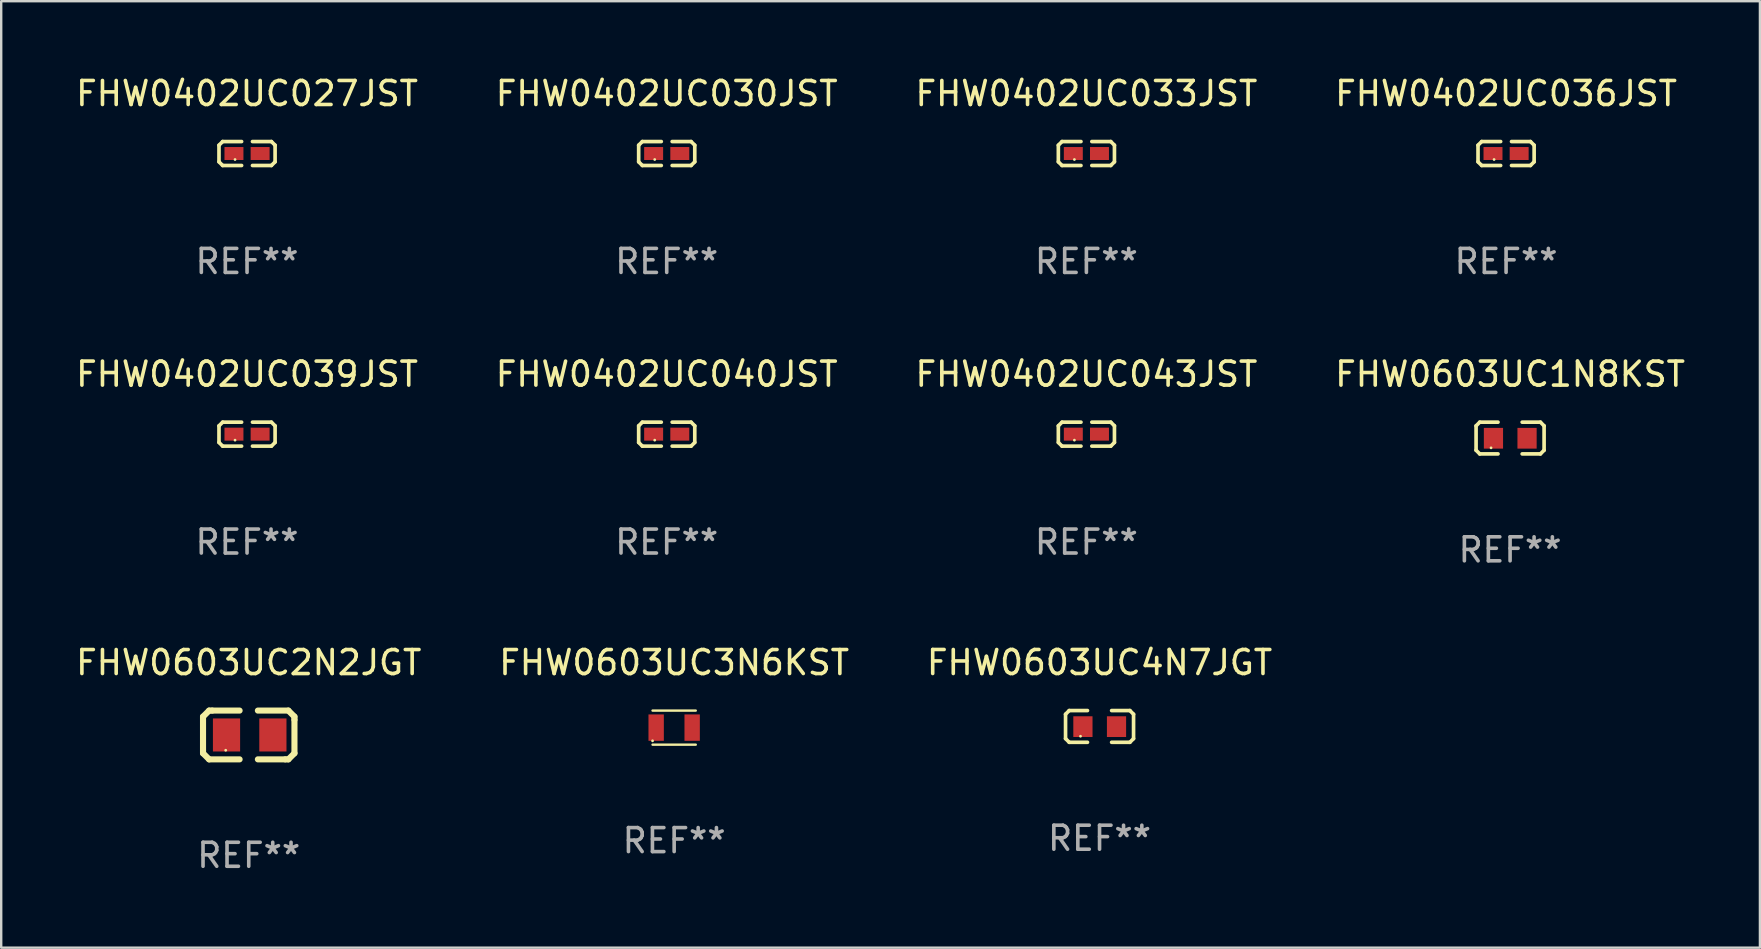
<source format=kicad_pcb>
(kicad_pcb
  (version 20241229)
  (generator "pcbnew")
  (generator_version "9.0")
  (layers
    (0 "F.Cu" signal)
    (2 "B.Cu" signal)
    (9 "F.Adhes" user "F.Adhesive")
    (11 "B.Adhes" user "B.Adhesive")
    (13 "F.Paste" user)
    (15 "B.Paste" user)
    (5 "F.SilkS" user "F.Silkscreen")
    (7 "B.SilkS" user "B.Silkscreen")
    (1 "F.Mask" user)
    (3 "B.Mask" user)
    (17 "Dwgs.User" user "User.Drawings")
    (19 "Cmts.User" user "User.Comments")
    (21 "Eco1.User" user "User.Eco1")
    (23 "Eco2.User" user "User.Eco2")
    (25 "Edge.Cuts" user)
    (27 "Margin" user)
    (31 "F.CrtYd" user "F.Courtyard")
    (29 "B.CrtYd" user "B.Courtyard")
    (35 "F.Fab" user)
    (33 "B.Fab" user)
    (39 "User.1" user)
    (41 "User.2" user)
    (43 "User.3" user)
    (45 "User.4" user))
  (footprint "FHW0402UC040JST"
    (layer "F.Cu")
    (at 24.732 15.041)
    (property "Reference" "FHW0402UC040JST" (at 0 -2.499 0) (layer "F.SilkS") (effects (font (size 1 1) (thickness 0.15))))
    (attr through_hole)
    (fp_line (start -1.169 -0.346) (end -1.016 -0.499) (stroke (width 0.152) (type solid)) (layer "F.SilkS"))
    (fp_line (start -1.169 0.346) (end -1.169 -0.346) (stroke (width 0.152) (type solid)) (layer "F.SilkS"))
    (fp_line (start -1.016 -0.499) (end -0.226 -0.499) (stroke (width 0.152) (type solid)) (layer "F.SilkS"))
    (fp_line (start -1.016 0.499) (end -1.169 0.346) (stroke (width 0.152) (type solid)) (layer "F.SilkS"))
    (fp_line (start -0.226 0.499) (end -1.016 0.499) (stroke (width 0.152) (type solid)) (layer "F.SilkS"))
    (fp_line (start 0.226 0.499) (end 1.016 0.499) (stroke (width 0.152) (type solid)) (layer "F.SilkS"))
    (fp_line (start 1.016 -0.499) (end 0.226 -0.499) (stroke (width 0.152) (type solid)) (layer "F.SilkS"))
    (fp_line (start 1.016 0.499) (end 1.169 0.346) (stroke (width 0.152) (type solid)) (layer "F.SilkS"))
    (fp_line (start 1.169 -0.346) (end 1.016 -0.499) (stroke (width 0.152) (type solid)) (layer "F.SilkS"))
    (fp_line (start 1.169 0.346) (end 1.169 -0.346) (stroke (width 0.152) (type solid)) (layer "F.SilkS"))
    (fp_circle (center -0.5 0.25) (end -0.47 0.25) (stroke (width 0.06) (type solid)) (fill no) (layer "F.SilkS"))
    (fp_text user "REF**" (at 0 4.499 0) (layer "F.Fab") (effects (font (size 1 1) (thickness 0.15))))
    (pad "1" smd rect (at -0.545 0) (size 0.79 0.54) (layers "F.Cu" "F.Mask" "F.Paste"))
    (pad "2" smd rect (at 0.545 0) (size 0.79 0.54) (layers "F.Cu" "F.Mask" "F.Paste")))
  (footprint "FHW0603UC2N2JGT"
    (layer "F.Cu")
    (at 7.315 27.576)
    (property "Reference" "FHW0603UC2N2JGT" (at 0 -3.016 0) (layer "F.SilkS") (effects (font (size 1 1) (thickness 0.15))))
    (attr through_hole)
    (fp_line (start -1.905 -0.762) (end -1.905 0.635) (stroke (width 0.254) (type solid)) (layer "F.SilkS"))
    (fp_line (start -1.905 0.635) (end -1.905 0.762) (stroke (width 0.254) (type solid)) (layer "F.SilkS"))
    (fp_line (start -1.905 0.762) (end -1.651 1.016) (stroke (width 0.254) (type solid)) (layer "F.SilkS"))
    (fp_line (start -1.651 -1.016) (end -1.905 -0.762) (stroke (width 0.254) (type solid)) (layer "F.SilkS"))
    (fp_line (start -1.651 1.016) (end -0.381 1.016) (stroke (width 0.254) (type solid)) (layer "F.SilkS"))
    (fp_line (start -1.524 -1.016) (end -1.651 -1.016) (stroke (width 0.254) (type solid)) (layer "F.SilkS"))
    (fp_line (start -0.381 -1.016) (end -1.524 -1.016) (stroke (width 0.254) (type solid)) (layer "F.SilkS"))
    (fp_line (start 0.381 1.016) (end 1.524 1.016) (stroke (width 0.254) (type solid)) (layer "F.SilkS"))
    (fp_line (start 1.524 1.016) (end 1.651 1.016) (stroke (width 0.254) (type solid)) (layer "F.SilkS"))
    (fp_line (start 1.651 -1.016) (end 0.381 -1.016) (stroke (width 0.254) (type solid)) (layer "F.SilkS"))
    (fp_line (start 1.651 1.016) (end 1.905 0.762) (stroke (width 0.254) (type solid)) (layer "F.SilkS"))
    (fp_line (start 1.905 -0.762) (end 1.651 -1.016) (stroke (width 0.254) (type solid)) (layer "F.SilkS"))
    (fp_line (start 1.905 -0.635) (end 1.905 -0.762) (stroke (width 0.254) (type solid)) (layer "F.SilkS"))
    (fp_line (start 1.905 0.762) (end 1.905 -0.635) (stroke (width 0.254) (type solid)) (layer "F.SilkS"))
    (fp_circle (center -0.96 0.637) (end -0.93 0.637) (stroke (width 0.06) (type solid)) (fill no) (layer "F.SilkS"))
    (fp_text user "REF**" (at 0 5.016 0) (layer "F.Fab") (effects (font (size 1 1) (thickness 0.15))))
    (pad "1" smd rect (at -0.926 -0.000051) (size 1.133 1.377) (layers "F.Cu" "F.Mask" "F.Paste"))
    (pad "2" smd rect (at 1.006 -0.000051) (size 1.133 1.377) (layers "F.Cu" "F.Mask" "F.Paste")))
  (footprint "FHW0603UC3N6KST"
    (layer "F.Cu")
    (at 25.042 27.27)
    (property "Reference" "FHW0603UC3N6KST" (at 0 -2.71 0) (layer "F.SilkS") (effects (font (size 1 1) (thickness 0.15))))
    (attr through_hole)
    (fp_line (start -0.9 -0.71) (end 0.9 -0.71) (stroke (width 0.1) (type solid)) (layer "F.SilkS"))
    (fp_line (start 0.9 0.71) (end -0.9 0.71) (stroke (width 0.1) (type solid)) (layer "F.SilkS"))
    (fp_circle (center -0.9 0.55) (end -0.87 0.55) (stroke (width 0.06) (type solid)) (fill no) (layer "F.SilkS"))
    (fp_text user "REF**" (at 0 4.71 0) (layer "F.Fab") (effects (font (size 1 1) (thickness 0.15))))
    (pad "1" smd rect (at -0.75 0) (size 0.64 1.1) (layers "F.Cu" "F.Mask" "F.Paste"))
    (pad "2" smd rect (at 0.75 0) (size 0.64 1.1) (layers "F.Cu" "F.Mask" "F.Paste")))
  (footprint "FHW0402UC030JST"
    (layer "F.Cu")
    (at 24.732 3.347)
    (property "Reference" "FHW0402UC030JST" (at 0 -2.499 0) (layer "F.SilkS") (effects (font (size 1 1) (thickness 0.15))))
    (attr through_hole)
    (fp_line (start -1.169 -0.346) (end -1.016 -0.499) (stroke (width 0.152) (type solid)) (layer "F.SilkS"))
    (fp_line (start -1.169 0.346) (end -1.169 -0.346) (stroke (width 0.152) (type solid)) (layer "F.SilkS"))
    (fp_line (start -1.016 -0.499) (end -0.226 -0.499) (stroke (width 0.152) (type solid)) (layer "F.SilkS"))
    (fp_line (start -1.016 0.499) (end -1.169 0.346) (stroke (width 0.152) (type solid)) (layer "F.SilkS"))
    (fp_line (start -0.226 0.499) (end -1.016 0.499) (stroke (width 0.152) (type solid)) (layer "F.SilkS"))
    (fp_line (start 0.226 0.499) (end 1.016 0.499) (stroke (width 0.152) (type solid)) (layer "F.SilkS"))
    (fp_line (start 1.016 -0.499) (end 0.226 -0.499) (stroke (width 0.152) (type solid)) (layer "F.SilkS"))
    (fp_line (start 1.016 0.499) (end 1.169 0.346) (stroke (width 0.152) (type solid)) (layer "F.SilkS"))
    (fp_line (start 1.169 -0.346) (end 1.016 -0.499) (stroke (width 0.152) (type solid)) (layer "F.SilkS"))
    (fp_line (start 1.169 0.346) (end 1.169 -0.346) (stroke (width 0.152) (type solid)) (layer "F.SilkS"))
    (fp_circle (center -0.5 0.25) (end -0.47 0.25) (stroke (width 0.06) (type solid)) (fill no) (layer "F.SilkS"))
    (fp_text user "REF**" (at 0 4.499 0) (layer "F.Fab") (effects (font (size 1 1) (thickness 0.15))))
    (pad "1" smd rect (at -0.545 0) (size 0.79 0.54) (layers "F.Cu" "F.Mask" "F.Paste"))
    (pad "2" smd rect (at 0.545 0) (size 0.79 0.54) (layers "F.Cu" "F.Mask" "F.Paste")))
  (footprint "FHW0603UC4N7JGT"
    (layer "F.Cu")
    (at 42.768 27.22)
    (property "Reference" "FHW0603UC4N7JGT" (at 0 -2.661 0) (layer "F.SilkS") (effects (font (size 1 1) (thickness 0.15))))
    (attr through_hole)
    (fp_line (start -1.417 -0.508) (end -1.265 -0.661) (stroke (width 0.152) (type solid)) (layer "F.SilkS"))
    (fp_line (start -1.417 0.508) (end -1.417 -0.508) (stroke (width 0.152) (type solid)) (layer "F.SilkS"))
    (fp_line (start -1.265 -0.661) (end -0.503 -0.661) (stroke (width 0.152) (type solid)) (layer "F.SilkS"))
    (fp_line (start -1.265 0.661) (end -1.417 0.508) (stroke (width 0.152) (type solid)) (layer "F.SilkS"))
    (fp_line (start -1.265 0.661) (end -0.503 0.661) (stroke (width 0.152) (type solid)) (layer "F.SilkS"))
    (fp_line (start 1.265 -0.661) (end 0.503 -0.661) (stroke (width 0.152) (type solid)) (layer "F.SilkS"))
    (fp_line (start 1.265 -0.661) (end 1.417 -0.508) (stroke (width 0.152) (type solid)) (layer "F.SilkS"))
    (fp_line (start 1.265 0.661) (end 0.503 0.661) (stroke (width 0.152) (type solid)) (layer "F.SilkS"))
    (fp_line (start 1.417 -0.508) (end 1.417 0.508) (stroke (width 0.152) (type solid)) (layer "F.SilkS"))
    (fp_line (start 1.417 0.508) (end 1.265 0.661) (stroke (width 0.152) (type solid)) (layer "F.SilkS"))
    (fp_circle (center -0.793 0.409) (end -0.763 0.409) (stroke (width 0.06) (type solid)) (fill no) (layer "F.SilkS"))
    (fp_text user "REF**" (at 0 4.661 0) (layer "F.Fab") (effects (font (size 1 1) (thickness 0.15))))
    (pad "1" smd rect (at -0.693 0.009 180) (size 0.8 0.864) (layers "F.Cu" "F.Mask" "F.Paste"))
    (pad "2" smd rect (at 0.707 0.009 180) (size 0.8 0.864) (layers "F.Cu" "F.Mask" "F.Paste")))
  (footprint "FHW0402UC043JST"
    (layer "F.Cu")
    (at 42.22 15.041)
    (property "Reference" "FHW0402UC043JST" (at 0 -2.499 0) (layer "F.SilkS") (effects (font (size 1 1) (thickness 0.15))))
    (attr through_hole)
    (fp_line (start -1.169 -0.346) (end -1.016 -0.499) (stroke (width 0.152) (type solid)) (layer "F.SilkS"))
    (fp_line (start -1.169 0.346) (end -1.169 -0.346) (stroke (width 0.152) (type solid)) (layer "F.SilkS"))
    (fp_line (start -1.016 -0.499) (end -0.226 -0.499) (stroke (width 0.152) (type solid)) (layer "F.SilkS"))
    (fp_line (start -1.016 0.499) (end -1.169 0.346) (stroke (width 0.152) (type solid)) (layer "F.SilkS"))
    (fp_line (start -0.226 0.499) (end -1.016 0.499) (stroke (width 0.152) (type solid)) (layer "F.SilkS"))
    (fp_line (start 0.226 0.499) (end 1.016 0.499) (stroke (width 0.152) (type solid)) (layer "F.SilkS"))
    (fp_line (start 1.016 -0.499) (end 0.226 -0.499) (stroke (width 0.152) (type solid)) (layer "F.SilkS"))
    (fp_line (start 1.016 0.499) (end 1.169 0.346) (stroke (width 0.152) (type solid)) (layer "F.SilkS"))
    (fp_line (start 1.169 -0.346) (end 1.016 -0.499) (stroke (width 0.152) (type solid)) (layer "F.SilkS"))
    (fp_line (start 1.169 0.346) (end 1.169 -0.346) (stroke (width 0.152) (type solid)) (layer "F.SilkS"))
    (fp_circle (center -0.5 0.25) (end -0.47 0.25) (stroke (width 0.06) (type solid)) (fill no) (layer "F.SilkS"))
    (fp_text user "REF**" (at 0 4.499 0) (layer "F.Fab") (effects (font (size 1 1) (thickness 0.15))))
    (pad "1" smd rect (at -0.545 0) (size 0.79 0.54) (layers "F.Cu" "F.Mask" "F.Paste"))
    (pad "2" smd rect (at 0.545 0) (size 0.79 0.54) (layers "F.Cu" "F.Mask" "F.Paste")))
  (footprint "FHW0603UC1N8KST"
    (layer "F.Cu")
    (at 59.875 15.203)
    (property "Reference" "FHW0603UC1N8KST" (at 0 -2.661 0) (layer "F.SilkS") (effects (font (size 1 1) (thickness 0.15))))
    (attr through_hole)
    (fp_line (start -1.417 -0.508) (end -1.265 -0.661) (stroke (width 0.152) (type solid)) (layer "F.SilkS"))
    (fp_line (start -1.417 0.508) (end -1.417 -0.508) (stroke (width 0.152) (type solid)) (layer "F.SilkS"))
    (fp_line (start -1.265 -0.661) (end -0.503 -0.661) (stroke (width 0.152) (type solid)) (layer "F.SilkS"))
    (fp_line (start -1.265 0.661) (end -1.417 0.508) (stroke (width 0.152) (type solid)) (layer "F.SilkS"))
    (fp_line (start -1.265 0.661) (end -0.503 0.661) (stroke (width 0.152) (type solid)) (layer "F.SilkS"))
    (fp_line (start 1.265 -0.661) (end 0.503 -0.661) (stroke (width 0.152) (type solid)) (layer "F.SilkS"))
    (fp_line (start 1.265 -0.661) (end 1.417 -0.508) (stroke (width 0.152) (type solid)) (layer "F.SilkS"))
    (fp_line (start 1.265 0.661) (end 0.503 0.661) (stroke (width 0.152) (type solid)) (layer "F.SilkS"))
    (fp_line (start 1.417 -0.508) (end 1.417 0.508) (stroke (width 0.152) (type solid)) (layer "F.SilkS"))
    (fp_line (start 1.417 0.508) (end 1.265 0.661) (stroke (width 0.152) (type solid)) (layer "F.SilkS"))
    (fp_circle (center -0.793 0.409) (end -0.763 0.409) (stroke (width 0.06) (type solid)) (fill no) (layer "F.SilkS"))
    (fp_text user "REF**" (at 0 4.661 0) (layer "F.Fab") (effects (font (size 1 1) (thickness 0.15))))
    (pad "1" smd rect (at -0.693 0.009 180) (size 0.8 0.864) (layers "F.Cu" "F.Mask" "F.Paste"))
    (pad "2" smd rect (at 0.707 0.009 180) (size 0.8 0.864) (layers "F.Cu" "F.Mask" "F.Paste")))
  (footprint "FHW0402UC039JST"
    (layer "F.Cu")
    (at 7.244 15.041)
    (property "Reference" "FHW0402UC039JST" (at 0 -2.499 0) (layer "F.SilkS") (effects (font (size 1 1) (thickness 0.15))))
    (attr through_hole)
    (fp_line (start -1.169 -0.346) (end -1.016 -0.499) (stroke (width 0.152) (type solid)) (layer "F.SilkS"))
    (fp_line (start -1.169 0.346) (end -1.169 -0.346) (stroke (width 0.152) (type solid)) (layer "F.SilkS"))
    (fp_line (start -1.016 -0.499) (end -0.226 -0.499) (stroke (width 0.152) (type solid)) (layer "F.SilkS"))
    (fp_line (start -1.016 0.499) (end -1.169 0.346) (stroke (width 0.152) (type solid)) (layer "F.SilkS"))
    (fp_line (start -0.226 0.499) (end -1.016 0.499) (stroke (width 0.152) (type solid)) (layer "F.SilkS"))
    (fp_line (start 0.226 0.499) (end 1.016 0.499) (stroke (width 0.152) (type solid)) (layer "F.SilkS"))
    (fp_line (start 1.016 -0.499) (end 0.226 -0.499) (stroke (width 0.152) (type solid)) (layer "F.SilkS"))
    (fp_line (start 1.016 0.499) (end 1.169 0.346) (stroke (width 0.152) (type solid)) (layer "F.SilkS"))
    (fp_line (start 1.169 -0.346) (end 1.016 -0.499) (stroke (width 0.152) (type solid)) (layer "F.SilkS"))
    (fp_line (start 1.169 0.346) (end 1.169 -0.346) (stroke (width 0.152) (type solid)) (layer "F.SilkS"))
    (fp_circle (center -0.5 0.25) (end -0.47 0.25) (stroke (width 0.06) (type solid)) (fill no) (layer "F.SilkS"))
    (fp_text user "REF**" (at 0 4.499 0) (layer "F.Fab") (effects (font (size 1 1) (thickness 0.15))))
    (pad "1" smd rect (at -0.545 0) (size 0.79 0.54) (layers "F.Cu" "F.Mask" "F.Paste"))
    (pad "2" smd rect (at 0.545 0) (size 0.79 0.54) (layers "F.Cu" "F.Mask" "F.Paste")))
  (footprint "FHW0402UC027JST"
    (layer "F.Cu")
    (at 7.244 3.347)
    (property "Reference" "FHW0402UC027JST" (at 0 -2.499 0) (layer "F.SilkS") (effects (font (size 1 1) (thickness 0.15))))
    (attr through_hole)
    (fp_line (start -1.169 -0.346) (end -1.016 -0.499) (stroke (width 0.152) (type solid)) (layer "F.SilkS"))
    (fp_line (start -1.169 0.346) (end -1.169 -0.346) (stroke (width 0.152) (type solid)) (layer "F.SilkS"))
    (fp_line (start -1.016 -0.499) (end -0.226 -0.499) (stroke (width 0.152) (type solid)) (layer "F.SilkS"))
    (fp_line (start -1.016 0.499) (end -1.169 0.346) (stroke (width 0.152) (type solid)) (layer "F.SilkS"))
    (fp_line (start -0.226 0.499) (end -1.016 0.499) (stroke (width 0.152) (type solid)) (layer "F.SilkS"))
    (fp_line (start 0.226 0.499) (end 1.016 0.499) (stroke (width 0.152) (type solid)) (layer "F.SilkS"))
    (fp_line (start 1.016 -0.499) (end 0.226 -0.499) (stroke (width 0.152) (type solid)) (layer "F.SilkS"))
    (fp_line (start 1.016 0.499) (end 1.169 0.346) (stroke (width 0.152) (type solid)) (layer "F.SilkS"))
    (fp_line (start 1.169 -0.346) (end 1.016 -0.499) (stroke (width 0.152) (type solid)) (layer "F.SilkS"))
    (fp_line (start 1.169 0.346) (end 1.169 -0.346) (stroke (width 0.152) (type solid)) (layer "F.SilkS"))
    (fp_circle (center -0.5 0.25) (end -0.47 0.25) (stroke (width 0.06) (type solid)) (fill no) (layer "F.SilkS"))
    (fp_text user "REF**" (at 0 4.499 0) (layer "F.Fab") (effects (font (size 1 1) (thickness 0.15))))
    (pad "1" smd rect (at -0.545 0) (size 0.79 0.54) (layers "F.Cu" "F.Mask" "F.Paste"))
    (pad "2" smd rect (at 0.545 0) (size 0.79 0.54) (layers "F.Cu" "F.Mask" "F.Paste")))
  (footprint "FHW0402UC033JST"
    (layer "F.Cu")
    (at 42.22 3.347)
    (property "Reference" "FHW0402UC033JST" (at 0 -2.499 0) (layer "F.SilkS") (effects (font (size 1 1) (thickness 0.15))))
    (attr through_hole)
    (fp_line (start -1.169 -0.346) (end -1.016 -0.499) (stroke (width 0.152) (type solid)) (layer "F.SilkS"))
    (fp_line (start -1.169 0.346) (end -1.169 -0.346) (stroke (width 0.152) (type solid)) (layer "F.SilkS"))
    (fp_line (start -1.016 -0.499) (end -0.226 -0.499) (stroke (width 0.152) (type solid)) (layer "F.SilkS"))
    (fp_line (start -1.016 0.499) (end -1.169 0.346) (stroke (width 0.152) (type solid)) (layer "F.SilkS"))
    (fp_line (start -0.226 0.499) (end -1.016 0.499) (stroke (width 0.152) (type solid)) (layer "F.SilkS"))
    (fp_line (start 0.226 0.499) (end 1.016 0.499) (stroke (width 0.152) (type solid)) (layer "F.SilkS"))
    (fp_line (start 1.016 -0.499) (end 0.226 -0.499) (stroke (width 0.152) (type solid)) (layer "F.SilkS"))
    (fp_line (start 1.016 0.499) (end 1.169 0.346) (stroke (width 0.152) (type solid)) (layer "F.SilkS"))
    (fp_line (start 1.169 -0.346) (end 1.016 -0.499) (stroke (width 0.152) (type solid)) (layer "F.SilkS"))
    (fp_line (start 1.169 0.346) (end 1.169 -0.346) (stroke (width 0.152) (type solid)) (layer "F.SilkS"))
    (fp_circle (center -0.5 0.25) (end -0.47 0.25) (stroke (width 0.06) (type solid)) (fill no) (layer "F.SilkS"))
    (fp_text user "REF**" (at 0 4.499 0) (layer "F.Fab") (effects (font (size 1 1) (thickness 0.15))))
    (pad "1" smd rect (at -0.545 0) (size 0.79 0.54) (layers "F.Cu" "F.Mask" "F.Paste"))
    (pad "2" smd rect (at 0.545 0) (size 0.79 0.54) (layers "F.Cu" "F.Mask" "F.Paste")))
  (footprint "FHW0402UC036JST"
    (layer "F.Cu")
    (at 59.708 3.347)
    (property "Reference" "FHW0402UC036JST" (at 0 -2.499 0) (layer "F.SilkS") (effects (font (size 1 1) (thickness 0.15))))
    (attr through_hole)
    (fp_line (start -1.169 -0.346) (end -1.016 -0.499) (stroke (width 0.152) (type solid)) (layer "F.SilkS"))
    (fp_line (start -1.169 0.346) (end -1.169 -0.346) (stroke (width 0.152) (type solid)) (layer "F.SilkS"))
    (fp_line (start -1.016 -0.499) (end -0.226 -0.499) (stroke (width 0.152) (type solid)) (layer "F.SilkS"))
    (fp_line (start -1.016 0.499) (end -1.169 0.346) (stroke (width 0.152) (type solid)) (layer "F.SilkS"))
    (fp_line (start -0.226 0.499) (end -1.016 0.499) (stroke (width 0.152) (type solid)) (layer "F.SilkS"))
    (fp_line (start 0.226 0.499) (end 1.016 0.499) (stroke (width 0.152) (type solid)) (layer "F.SilkS"))
    (fp_line (start 1.016 -0.499) (end 0.226 -0.499) (stroke (width 0.152) (type solid)) (layer "F.SilkS"))
    (fp_line (start 1.016 0.499) (end 1.169 0.346) (stroke (width 0.152) (type solid)) (layer "F.SilkS"))
    (fp_line (start 1.169 -0.346) (end 1.016 -0.499) (stroke (width 0.152) (type solid)) (layer "F.SilkS"))
    (fp_line (start 1.169 0.346) (end 1.169 -0.346) (stroke (width 0.152) (type solid)) (layer "F.SilkS"))
    (fp_circle (center -0.5 0.25) (end -0.47 0.25) (stroke (width 0.06) (type solid)) (fill no) (layer "F.SilkS"))
    (fp_text user "REF**" (at 0 4.499 0) (layer "F.Fab") (effects (font (size 1 1) (thickness 0.15))))
    (pad "1" smd rect (at -0.545 0) (size 0.79 0.54) (layers "F.Cu" "F.Mask" "F.Paste"))
    (pad "2" smd rect (at 0.545 0) (size 0.79 0.54) (layers "F.Cu" "F.Mask" "F.Paste")))
  (gr_rect
    (start -3 -3)
    (end 70.286 36.44)
    (stroke (width 0.1) (type default))
    (fill no)
    (layer "Edge.Cuts")))
</source>
